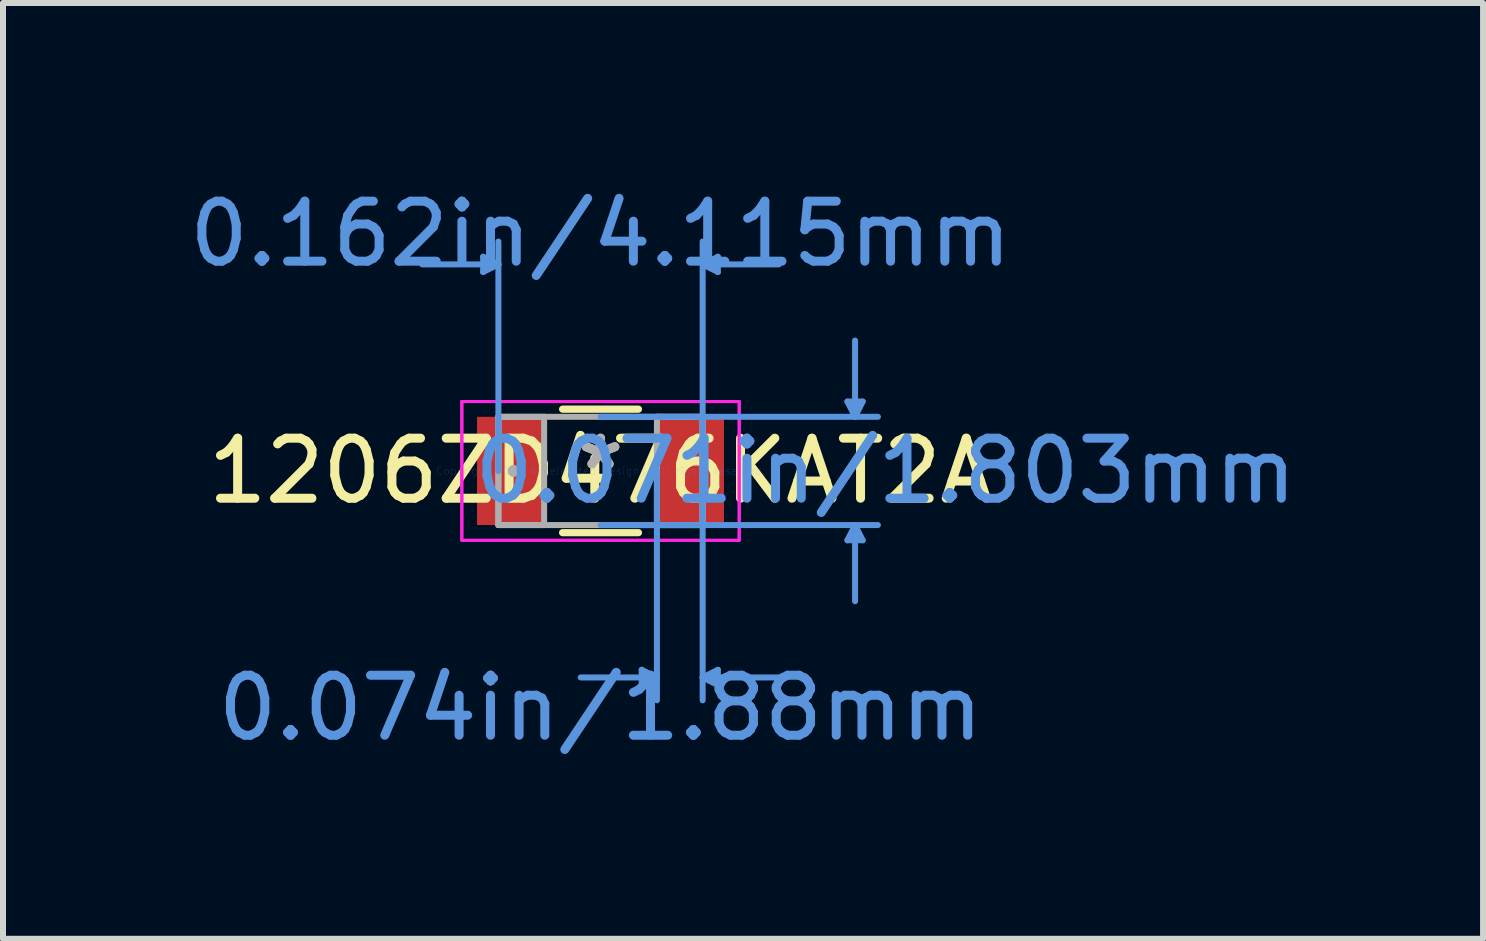
<source format=kicad_pcb>
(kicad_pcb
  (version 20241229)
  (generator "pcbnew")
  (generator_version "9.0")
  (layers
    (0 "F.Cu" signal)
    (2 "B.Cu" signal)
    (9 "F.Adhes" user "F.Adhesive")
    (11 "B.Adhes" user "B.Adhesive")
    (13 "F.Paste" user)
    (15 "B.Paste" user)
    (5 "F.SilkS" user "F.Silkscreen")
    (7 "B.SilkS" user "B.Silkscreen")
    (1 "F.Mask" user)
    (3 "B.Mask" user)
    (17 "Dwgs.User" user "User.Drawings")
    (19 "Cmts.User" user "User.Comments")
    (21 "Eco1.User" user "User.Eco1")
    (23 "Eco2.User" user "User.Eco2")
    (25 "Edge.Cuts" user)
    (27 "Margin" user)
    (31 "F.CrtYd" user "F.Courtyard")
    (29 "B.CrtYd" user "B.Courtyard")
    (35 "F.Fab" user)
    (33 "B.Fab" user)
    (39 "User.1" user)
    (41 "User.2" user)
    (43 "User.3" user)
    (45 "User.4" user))
  (footprint "1206ZD476KAT2A"
    (layer "F.Cu")
    (at 6.958 4.798)
    (property "Reference" "1206ZD476KAT2A" (at 0 0 0) (layer "F.SilkS") (effects (font (size 1 1) (thickness 0.15))))
    (attr through_hole)
    (fp_line (start -0.632 1.029) (end 0.632 1.029) (stroke (width 0.12) (type solid)) (layer "F.SilkS"))
    (fp_line (start 0.632 -1.029) (end -0.632 -1.029) (stroke (width 0.12) (type solid)) (layer "F.SilkS"))
    (fp_line (start -1.956 -3.569) (end -1.956 -3.315) (stroke (width 0.1) (type solid)) (layer "Cmts.User"))
    (fp_line (start -1.702 -3.442) (end -2.972 -3.442) (stroke (width 0.1) (type solid)) (layer "Cmts.User"))
    (fp_line (start -1.702 -3.442) (end -1.956 -3.569) (stroke (width 0.1) (type solid)) (layer "Cmts.User"))
    (fp_line (start -1.702 -3.442) (end -1.956 -3.315) (stroke (width 0.1) (type solid)) (layer "Cmts.User"))
    (fp_line (start -1.702 0) (end -1.702 -3.823) (stroke (width 0.1) (type solid)) (layer "Cmts.User"))
    (fp_line (start 0 -0.902) (end 4.623 -0.902) (stroke (width 0.1) (type solid)) (layer "Cmts.User"))
    (fp_line (start 0 0.902) (end 4.623 0.902) (stroke (width 0.1) (type solid)) (layer "Cmts.User"))
    (fp_line (start 0.686 3.315) (end 0.686 3.569) (stroke (width 0.1) (type solid)) (layer "Cmts.User"))
    (fp_line (start 0.94 0) (end 0.94 3.823) (stroke (width 0.1) (type solid)) (layer "Cmts.User"))
    (fp_line (start 0.94 3.442) (end -0.33 3.442) (stroke (width 0.1) (type solid)) (layer "Cmts.User"))
    (fp_line (start 0.94 3.442) (end 0.686 3.315) (stroke (width 0.1) (type solid)) (layer "Cmts.User"))
    (fp_line (start 0.94 3.442) (end 0.686 3.569) (stroke (width 0.1) (type solid)) (layer "Cmts.User"))
    (fp_line (start 1.702 -3.442) (end 1.956 -3.569) (stroke (width 0.1) (type solid)) (layer "Cmts.User"))
    (fp_line (start 1.702 -3.442) (end 1.956 -3.315) (stroke (width 0.1) (type solid)) (layer "Cmts.User"))
    (fp_line (start 1.702 -3.442) (end 2.972 -3.442) (stroke (width 0.1) (type solid)) (layer "Cmts.User"))
    (fp_line (start 1.702 0) (end 1.702 -3.823) (stroke (width 0.1) (type solid)) (layer "Cmts.User"))
    (fp_line (start 1.702 0) (end 1.702 3.823) (stroke (width 0.1) (type solid)) (layer "Cmts.User"))
    (fp_line (start 1.702 3.442) (end 1.956 3.315) (stroke (width 0.1) (type solid)) (layer "Cmts.User"))
    (fp_line (start 1.702 3.442) (end 1.956 3.569) (stroke (width 0.1) (type solid)) (layer "Cmts.User"))
    (fp_line (start 1.702 3.442) (end 2.972 3.442) (stroke (width 0.1) (type solid)) (layer "Cmts.User"))
    (fp_line (start 1.956 -3.569) (end 1.956 -3.315) (stroke (width 0.1) (type solid)) (layer "Cmts.User"))
    (fp_line (start 1.956 3.315) (end 1.956 3.569) (stroke (width 0.1) (type solid)) (layer "Cmts.User"))
    (fp_line (start 4.115 -1.156) (end 4.369 -1.156) (stroke (width 0.1) (type solid)) (layer "Cmts.User"))
    (fp_line (start 4.115 1.156) (end 4.369 1.156) (stroke (width 0.1) (type solid)) (layer "Cmts.User"))
    (fp_line (start 4.242 -0.902) (end 4.115 -1.156) (stroke (width 0.1) (type solid)) (layer "Cmts.User"))
    (fp_line (start 4.242 -0.902) (end 4.242 -2.172) (stroke (width 0.1) (type solid)) (layer "Cmts.User"))
    (fp_line (start 4.242 -0.902) (end 4.369 -1.156) (stroke (width 0.1) (type solid)) (layer "Cmts.User"))
    (fp_line (start 4.242 0.902) (end 4.115 1.156) (stroke (width 0.1) (type solid)) (layer "Cmts.User"))
    (fp_line (start 4.242 0.902) (end 4.242 2.172) (stroke (width 0.1) (type solid)) (layer "Cmts.User"))
    (fp_line (start 4.242 0.902) (end 4.369 1.156) (stroke (width 0.1) (type solid)) (layer "Cmts.User"))
    (fp_line (start -2.311 -1.156) (end 2.311 -1.156) (stroke (width 0.05) (type solid)) (layer "F.CrtYd"))
    (fp_line (start -2.311 -1.156) (end 2.311 -1.156) (stroke (width 0.05) (type solid)) (layer "F.CrtYd"))
    (fp_line (start -2.311 1.156) (end -2.311 -1.156) (stroke (width 0.05) (type solid)) (layer "F.CrtYd"))
    (fp_line (start -2.311 1.156) (end -2.311 -1.156) (stroke (width 0.05) (type solid)) (layer "F.CrtYd"))
    (fp_line (start 2.311 -1.156) (end 2.311 1.156) (stroke (width 0.05) (type solid)) (layer "F.CrtYd"))
    (fp_line (start 2.311 -1.156) (end 2.311 1.156) (stroke (width 0.05) (type solid)) (layer "F.CrtYd"))
    (fp_line (start 2.311 1.156) (end -2.311 1.156) (stroke (width 0.05) (type solid)) (layer "F.CrtYd"))
    (fp_line (start 2.311 1.156) (end -2.311 1.156) (stroke (width 0.05) (type solid)) (layer "F.CrtYd"))
    (fp_line (start -1.702 -0.902) (end -1.702 0.902) (stroke (width 0.1) (type solid)) (layer "F.Fab"))
    (fp_line (start -1.702 -0.902) (end -1.702 0.902) (stroke (width 0.1) (type solid)) (layer "F.Fab"))
    (fp_line (start -1.702 0.902) (end -0.94 0.902) (stroke (width 0.1) (type solid)) (layer "F.Fab"))
    (fp_line (start -1.702 0.902) (end 1.702 0.902) (stroke (width 0.1) (type solid)) (layer "F.Fab"))
    (fp_line (start -0.94 -0.902) (end -1.702 -0.902) (stroke (width 0.1) (type solid)) (layer "F.Fab"))
    (fp_line (start -0.94 0.902) (end -0.94 -0.902) (stroke (width 0.1) (type solid)) (layer "F.Fab"))
    (fp_line (start 0.94 -0.902) (end 0.94 0.902) (stroke (width 0.1) (type solid)) (layer "F.Fab"))
    (fp_line (start 0.94 0.902) (end 1.702 0.902) (stroke (width 0.1) (type solid)) (layer "F.Fab"))
    (fp_line (start 1.702 -0.902) (end -1.702 -0.902) (stroke (width 0.1) (type solid)) (layer "F.Fab"))
    (fp_line (start 1.702 -0.902) (end 0.94 -0.902) (stroke (width 0.1) (type solid)) (layer "F.Fab"))
    (fp_line (start 1.702 0.902) (end 1.702 -0.902) (stroke (width 0.1) (type solid)) (layer "F.Fab"))
    (fp_line (start 1.702 0.902) (end 1.702 -0.902) (stroke (width 0.1) (type solid)) (layer "F.Fab"))
    (fp_circle (center -1.448 0) (end -1.448 0) (stroke (width 0.1) (type solid)) (fill no) (layer "F.Fab"))
    (fp_text user "*" (at 0 0 0) (layer "F.SilkS") (effects (font (size 1 1) (thickness 0.15))))
    (fp_text user "0.074in/1.88mm" (at 0 3.95 0) (layer "Cmts.User") (effects (font (size 1 1) (thickness 0.15))))
    (fp_text user "Copyright 2021 Accelerated Designs. All rights reserved." (at 0 0 0) (layer "Cmts.User") (effects (font (size 0.127 0.127) (thickness 0.002))))
    (fp_text user "0.071in/1.803mm" (at 4.75 0 0) (layer "Cmts.User") (effects (font (size 1 1) (thickness 0.15))))
    (fp_text user "0.162in/4.115mm" (at 0 -3.95 0) (layer "Cmts.User") (effects (font (size 1 1) (thickness 0.15))))
    (fp_text user "*" (at 0 0 0) (layer "F.Fab") (effects (font (size 1 1) (thickness 0.15))))
    (pad "1" smd rect (at -1.499 0) (size 1.118 1.803) (layers "F.Cu" "F.Mask" "F.Paste"))
    (pad "2" smd rect (at 1.499 0) (size 1.118 1.803) (layers "F.Cu" "F.Mask" "F.Paste")))
  (gr_rect
    (start -3 -3)
    (end 21.666 12.596)
    (stroke (width 0.1) (type default))
    (fill no)
    (layer "Edge.Cuts")))
</source>
